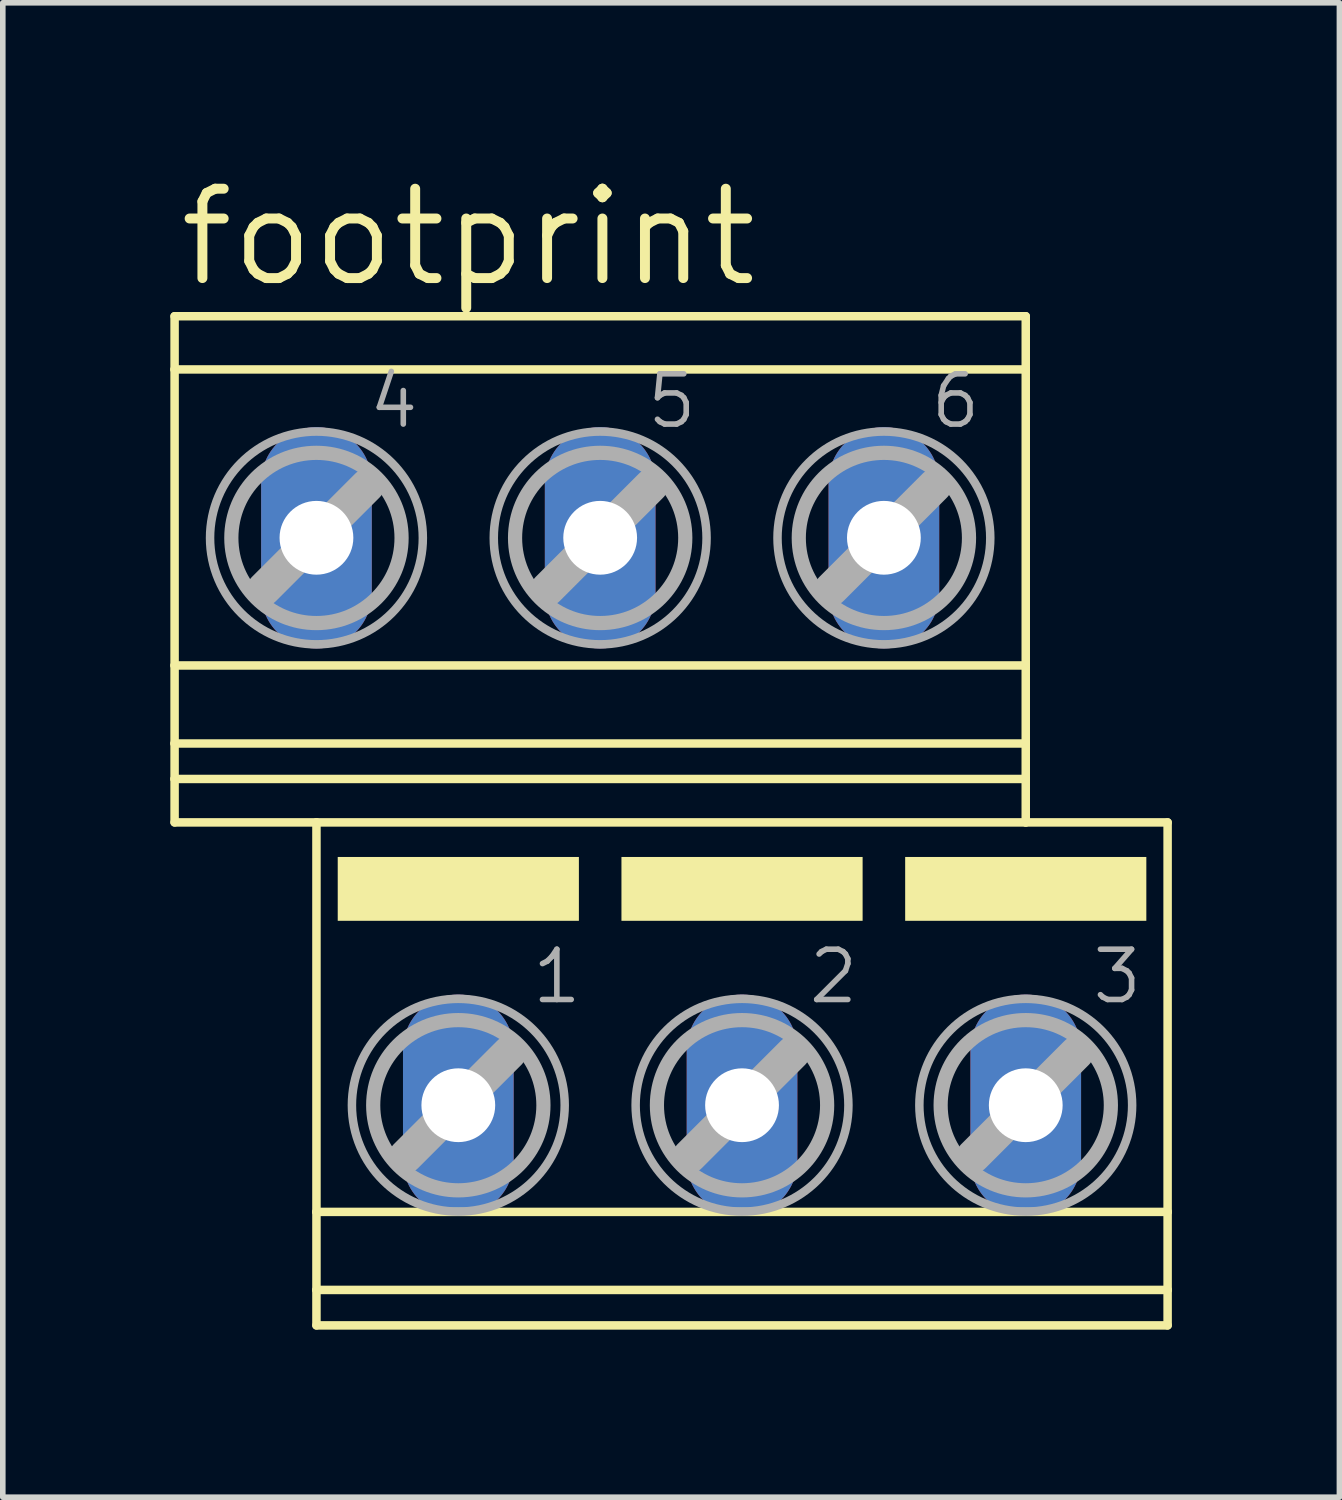
<source format=kicad_pcb>
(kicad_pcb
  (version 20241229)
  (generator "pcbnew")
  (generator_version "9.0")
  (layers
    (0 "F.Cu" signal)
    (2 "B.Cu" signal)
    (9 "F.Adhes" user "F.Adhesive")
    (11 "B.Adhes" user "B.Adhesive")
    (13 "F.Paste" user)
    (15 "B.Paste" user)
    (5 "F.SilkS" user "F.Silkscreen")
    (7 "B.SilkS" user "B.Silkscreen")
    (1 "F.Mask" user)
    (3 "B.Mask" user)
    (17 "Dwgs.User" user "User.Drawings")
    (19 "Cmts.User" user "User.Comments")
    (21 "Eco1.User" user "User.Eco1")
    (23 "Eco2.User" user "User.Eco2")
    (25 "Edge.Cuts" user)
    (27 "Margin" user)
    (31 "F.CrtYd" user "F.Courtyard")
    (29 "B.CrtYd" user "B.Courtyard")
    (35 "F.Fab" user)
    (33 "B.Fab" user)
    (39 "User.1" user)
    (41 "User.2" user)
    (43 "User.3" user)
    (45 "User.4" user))
  (footprint "footprint"
    (layer "F.Cu")
    (at 8.966 11.659)
    (property "Reference" "footprint" (at -8.89 -9.525 0) (layer "F.SilkS") (effects (font (size 1.6 1.6) (thickness 0.178)) (justify left bottom)))
    (fp_line (start -8.89 -9.047) (end -8.89 -8.094) (stroke (width 0.152) (type solid)) (layer "F.SilkS"))
    (fp_line (start -8.89 -9.047) (end 6.35 -9.047) (stroke (width 0.152) (type solid)) (layer "F.SilkS"))
    (fp_line (start -8.89 -8.094) (end -8.89 -2.794) (stroke (width 0.152) (type solid)) (layer "F.SilkS"))
    (fp_line (start -8.89 -8.094) (end 6.35 -8.094) (stroke (width 0.152) (type solid)) (layer "F.SilkS"))
    (fp_line (start -8.89 -2.794) (end -8.89 -1.397) (stroke (width 0.152) (type solid)) (layer "F.SilkS"))
    (fp_line (start -8.89 -2.794) (end 6.35 -2.794) (stroke (width 0.152) (type solid)) (layer "F.SilkS"))
    (fp_line (start -8.89 -1.397) (end -8.89 -0.762) (stroke (width 0.152) (type solid)) (layer "F.SilkS"))
    (fp_line (start -8.89 -1.397) (end 6.35 -1.397) (stroke (width 0.152) (type solid)) (layer "F.SilkS"))
    (fp_line (start -8.89 -0.762) (end -8.89 0.016) (stroke (width 0.152) (type solid)) (layer "F.SilkS"))
    (fp_line (start -8.89 -0.762) (end 6.35 -0.762) (stroke (width 0.152) (type solid)) (layer "F.SilkS"))
    (fp_line (start -8.89 0.016) (end -6.35 0.016) (stroke (width 0.152) (type solid)) (layer "F.SilkS"))
    (fp_line (start -6.35 0.016) (end -6.35 6.99) (stroke (width 0.152) (type solid)) (layer "F.SilkS"))
    (fp_line (start -6.35 0.016) (end 6.35 0.016) (stroke (width 0.152) (type solid)) (layer "F.SilkS"))
    (fp_line (start -6.35 6.99) (end -6.35 8.387) (stroke (width 0.152) (type solid)) (layer "F.SilkS"))
    (fp_line (start -6.35 6.99) (end 8.89 6.99) (stroke (width 0.152) (type solid)) (layer "F.SilkS"))
    (fp_line (start -6.35 8.387) (end -6.35 9.022) (stroke (width 0.152) (type solid)) (layer "F.SilkS"))
    (fp_line (start -6.35 8.387) (end 8.89 8.387) (stroke (width 0.152) (type solid)) (layer "F.SilkS"))
    (fp_line (start -6.35 9.022) (end 8.89 9.022) (stroke (width 0.152) (type solid)) (layer "F.SilkS"))
    (fp_line (start 6.35 -9.047) (end 6.35 -8.094) (stroke (width 0.152) (type solid)) (layer "F.SilkS"))
    (fp_line (start 6.35 -8.094) (end 6.35 -2.794) (stroke (width 0.152) (type solid)) (layer "F.SilkS"))
    (fp_line (start 6.35 -2.794) (end 6.35 -1.397) (stroke (width 0.152) (type solid)) (layer "F.SilkS"))
    (fp_line (start 6.35 -1.397) (end 6.35 -0.762) (stroke (width 0.152) (type solid)) (layer "F.SilkS"))
    (fp_line (start 6.35 -0.762) (end 6.35 0.016) (stroke (width 0.152) (type solid)) (layer "F.SilkS"))
    (fp_line (start 8.89 0.016) (end 6.35 0.016) (stroke (width 0.152) (type solid)) (layer "F.SilkS"))
    (fp_line (start 8.89 0.016) (end 8.89 6.99) (stroke (width 0.152) (type solid)) (layer "F.SilkS"))
    (fp_line (start 8.89 6.99) (end 8.89 8.387) (stroke (width 0.152) (type solid)) (layer "F.SilkS"))
    (fp_line (start 8.89 8.387) (end 8.89 9.022) (stroke (width 0.152) (type solid)) (layer "F.SilkS"))
    (fp_poly (pts (xy -5.969 1.778) (xy -1.651 1.778) (xy -1.651 0.635) (xy -5.969 0.635)) (stroke (width 0) (type solid)) (fill yes) (layer "F.SilkS"))
    (fp_poly (pts (xy -0.889 1.778) (xy 3.429 1.778) (xy 3.429 0.635) (xy -0.889 0.635)) (stroke (width 0) (type solid)) (fill yes) (layer "F.SilkS"))
    (fp_poly (pts (xy 4.191 1.778) (xy 8.509 1.778) (xy 8.509 0.635) (xy 4.191 0.635)) (stroke (width 0) (type solid)) (fill yes) (layer "F.SilkS"))
    (fp_line (start -7.29 -4.163) (end -5.436 -6.017) (stroke (width 0.61) (type solid)) (layer "F.Fab"))
    (fp_line (start -4.75 5.994) (end -2.896 4.14) (stroke (width 0.61) (type solid)) (layer "F.Fab"))
    (fp_line (start -2.21 -4.163) (end -0.356 -6.017) (stroke (width 0.61) (type solid)) (layer "F.Fab"))
    (fp_line (start 0.33 5.994) (end 2.184 4.14) (stroke (width 0.61) (type solid)) (layer "F.Fab"))
    (fp_line (start 2.87 -4.163) (end 4.724 -6.017) (stroke (width 0.61) (type solid)) (layer "F.Fab"))
    (fp_line (start 5.41 5.994) (end 7.264 4.14) (stroke (width 0.61) (type solid)) (layer "F.Fab"))
    (fp_circle (center -6.35 -5.077) (end -4.826 -5.077) (stroke (width 0.254) (type solid)) (fill no) (layer "F.Fab"))
    (fp_circle (center -6.35 -5.077) (end -4.445 -5.077) (stroke (width 0.152) (type solid)) (fill no) (layer "F.Fab"))
    (fp_circle (center -3.81 5.08) (end -2.286 5.08) (stroke (width 0.254) (type solid)) (fill no) (layer "F.Fab"))
    (fp_circle (center -3.81 5.08) (end -1.905 5.08) (stroke (width 0.152) (type solid)) (fill no) (layer "F.Fab"))
    (fp_circle (center -1.27 -5.077) (end 0.254 -5.077) (stroke (width 0.254) (type solid)) (fill no) (layer "F.Fab"))
    (fp_circle (center -1.27 -5.077) (end 0.635 -5.077) (stroke (width 0.152) (type solid)) (fill no) (layer "F.Fab"))
    (fp_circle (center 1.27 5.08) (end 2.794 5.08) (stroke (width 0.254) (type solid)) (fill no) (layer "F.Fab"))
    (fp_circle (center 1.27 5.08) (end 3.175 5.08) (stroke (width 0.152) (type solid)) (fill no) (layer "F.Fab"))
    (fp_circle (center 3.81 -5.077) (end 5.334 -5.077) (stroke (width 0.254) (type solid)) (fill no) (layer "F.Fab"))
    (fp_circle (center 3.81 -5.077) (end 5.715 -5.077) (stroke (width 0.152) (type solid)) (fill no) (layer "F.Fab"))
    (fp_circle (center 6.35 5.08) (end 7.874 5.08) (stroke (width 0.254) (type solid)) (fill no) (layer "F.Fab"))
    (fp_circle (center 6.35 5.08) (end 8.255 5.08) (stroke (width 0.152) (type solid)) (fill no) (layer "F.Fab"))
    (fp_text user "1" (at -2.54 3.302 0) (layer "F.Fab") (effects (font (size 0.9 0.9) (thickness 0.1)) (justify left bottom)))
    (fp_text user "2" (at 2.413 3.302 0) (layer "F.Fab") (effects (font (size 0.9 0.9) (thickness 0.1)) (justify left bottom)))
    (fp_text user "3" (at 7.493 3.302 0) (layer "F.Fab") (effects (font (size 0.9 0.9) (thickness 0.1)) (justify left bottom)))
    (fp_text user "4" (at -5.461 -7.001 0) (layer "F.Fab") (effects (font (size 0.9 0.9) (thickness 0.1)) (justify left bottom)))
    (fp_text user "6" (at 4.599 -7.001 0) (layer "F.Fab") (effects (font (size 0.9 0.9) (thickness 0.1)) (justify left bottom)))
    (fp_text user "5" (at -0.481 -7.001 0) (layer "F.Fab") (effects (font (size 0.9 0.9) (thickness 0.1)) (justify left bottom)))
    (pad "1" thru_hole oval (at -3.81 5.08 90) (size 3.962 1.981) (drill 1.321) (layers "*.Cu" "*.Mask"))
    (pad "2" thru_hole oval (at 1.27 5.08 90) (size 3.962 1.981) (drill 1.321) (layers "*.Cu" "*.Mask"))
    (pad "3" thru_hole oval (at 6.35 5.08 90) (size 3.962 1.981) (drill 1.321) (layers "*.Cu" "*.Mask"))
    (pad "4" thru_hole oval (at -6.35 -5.08 90) (size 3.962 1.981) (drill 1.321) (layers "*.Cu" "*.Mask"))
    (pad "5" thru_hole oval (at -1.27 -5.08 90) (size 3.962 1.981) (drill 1.321) (layers "*.Cu" "*.Mask"))
    (pad "6" thru_hole oval (at 3.81 -5.08 90) (size 3.962 1.981) (drill 1.321) (layers "*.Cu" "*.Mask")))
  (gr_rect
    (start -3 -3)
    (end 20.932 23.757)
    (stroke (width 0.1) (type default))
    (fill no)
    (layer "Edge.Cuts")))
</source>
